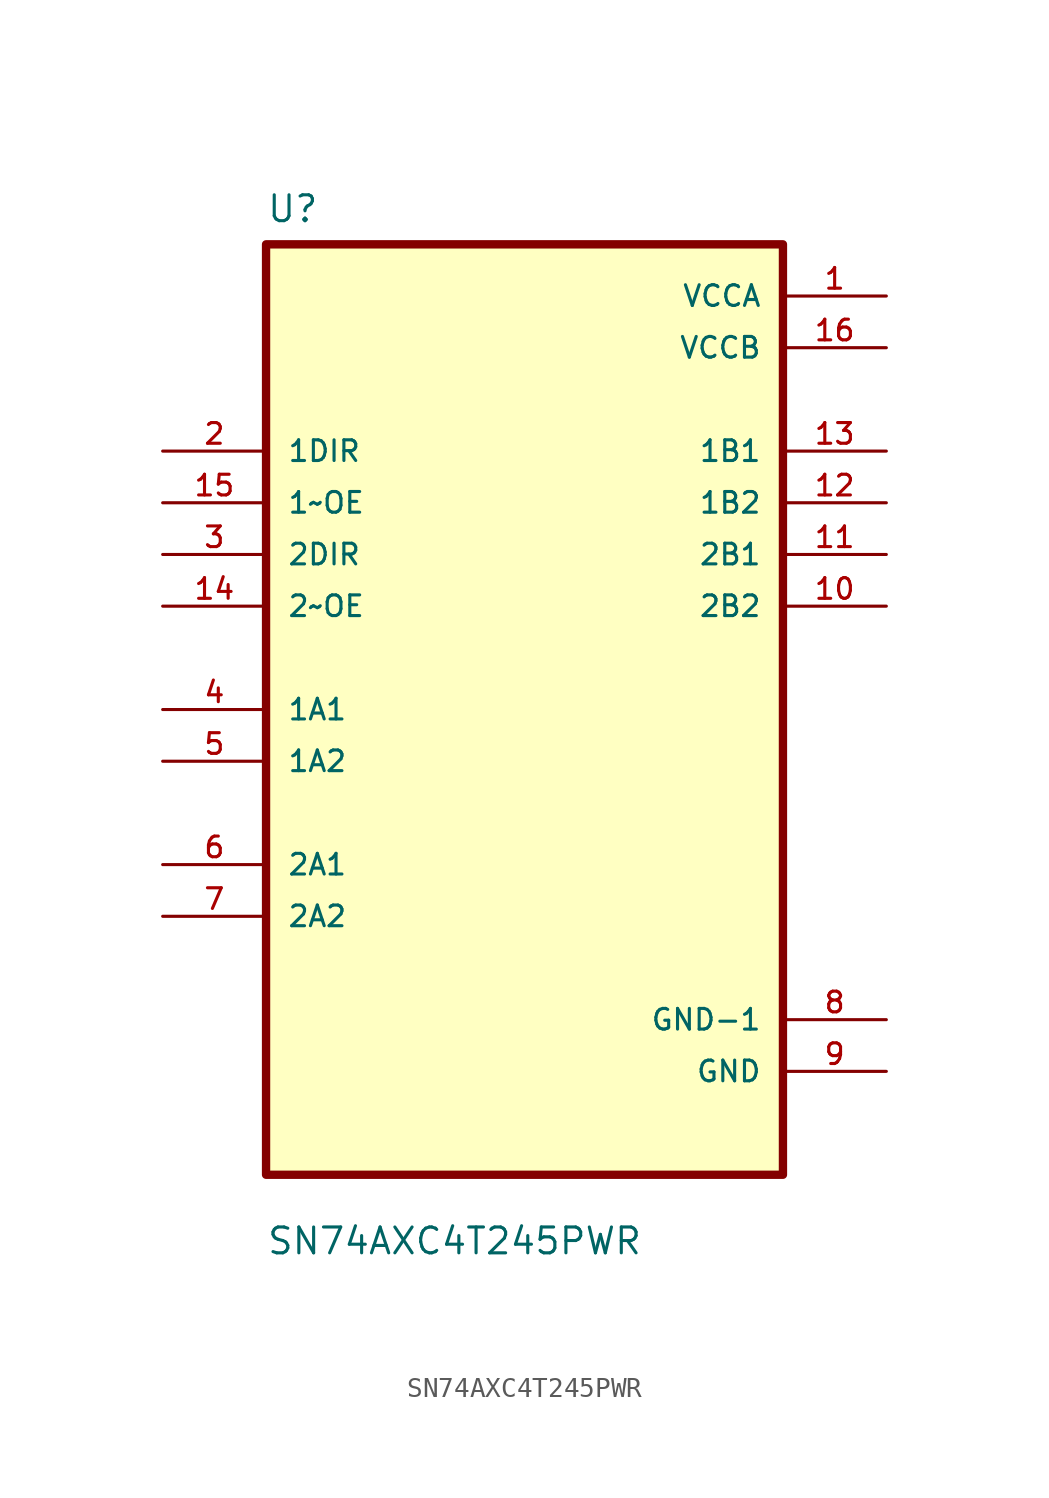
<source format=kicad_sym>
(kicad_symbol_lib
  (version 20211014)
  (generator kicad_symbol_editor)
  (symbol "SN74AXC4T245PWR"
    (pin_names
      (offset 1.016))
    (property "Reference" "U"
      (at -12.7 23.86 0.0)
      (effects (font (size 1.27 1.27)) (justify bottom left)))
    (property "Value" "SN74AXC4T245PWR"
      (at -12.7 -26.86 0.0)
      (effects (font (size 1.27 1.27)) (justify bottom left)))
    (symbol "SN74AXC4T245PWR_0_0"
      (rectangle (start -12.7 -22.86) (end 12.7 22.86) (stroke (width 0.41)) (fill (type background)))
      (pin input line (at -17.78 12.7 0) (length 5.08) (name "1DIR" (effects (font (size 1.016 1.016)))) (number "2" (effects (font (size 1.016 1.016)))))
      (pin input line (at -17.78 10.16 0) (length 5.08) (name "1~OE" (effects (font (size 1.016 1.016)))) (number "15" (effects (font (size 1.016 1.016)))))
      (pin input line (at -17.78 7.62 0) (length 5.08) (name "2DIR" (effects (font (size 1.016 1.016)))) (number "3" (effects (font (size 1.016 1.016)))))
      (pin input line (at -17.78 5.08 0) (length 5.08) (name "2~OE" (effects (font (size 1.016 1.016)))) (number "14" (effects (font (size 1.016 1.016)))))
      (pin bidirectional line (at -17.78 0.0 0) (length 5.08) (name "1A1" (effects (font (size 1.016 1.016)))) (number "4" (effects (font (size 1.016 1.016)))))
      (pin bidirectional line (at -17.78 -2.54 0) (length 5.08) (name "1A2" (effects (font (size 1.016 1.016)))) (number "5" (effects (font (size 1.016 1.016)))))
      (pin bidirectional line (at -17.78 -7.62 0) (length 5.08) (name "2A1" (effects (font (size 1.016 1.016)))) (number "6" (effects (font (size 1.016 1.016)))))
      (pin bidirectional line (at -17.78 -10.16 0) (length 5.08) (name "2A2" (effects (font (size 1.016 1.016)))) (number "7" (effects (font (size 1.016 1.016)))))
      (pin power_in line (at 17.78 20.32 180.0) (length 5.08) (name "VCCA" (effects (font (size 1.016 1.016)))) (number "1" (effects (font (size 1.016 1.016)))))
      (pin power_in line (at 17.78 17.78 180.0) (length 5.08) (name "VCCB" (effects (font (size 1.016 1.016)))) (number "16" (effects (font (size 1.016 1.016)))))
      (pin bidirectional line (at 17.78 12.7 180.0) (length 5.08) (name "1B1" (effects (font (size 1.016 1.016)))) (number "13" (effects (font (size 1.016 1.016)))))
      (pin bidirectional line (at 17.78 10.16 180.0) (length 5.08) (name "1B2" (effects (font (size 1.016 1.016)))) (number "12" (effects (font (size 1.016 1.016)))))
      (pin bidirectional line (at 17.78 7.62 180.0) (length 5.08) (name "2B1" (effects (font (size 1.016 1.016)))) (number "11" (effects (font (size 1.016 1.016)))))
      (pin bidirectional line (at 17.78 5.08 180.0) (length 5.08) (name "2B2" (effects (font (size 1.016 1.016)))) (number "10" (effects (font (size 1.016 1.016)))))
      (pin power_in line (at 17.78 -15.24 180.0) (length 5.08) (name "GND-1" (effects (font (size 1.016 1.016)))) (number "8" (effects (font (size 1.016 1.016)))))
      (pin power_in line (at 17.78 -17.78 180.0) (length 5.08) (name "GND" (effects (font (size 1.016 1.016)))) (number "9" (effects (font (size 1.016 1.016))))))))
</source>
